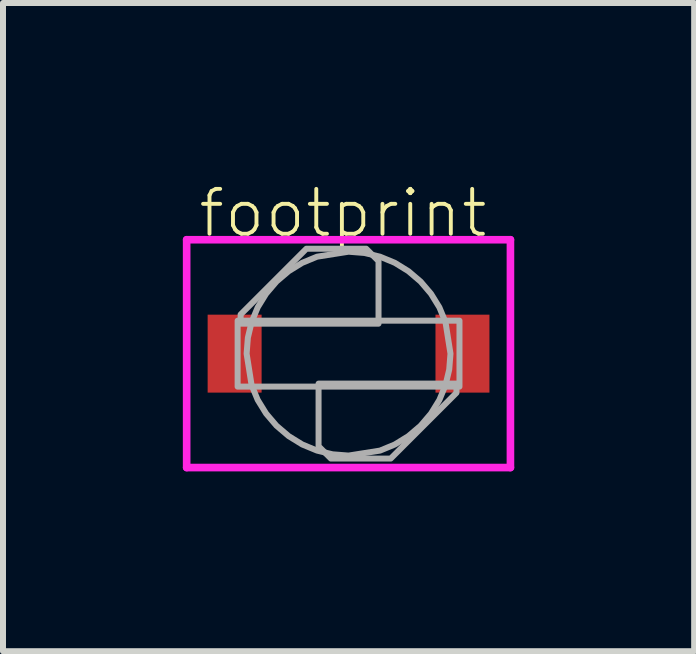
<source format=kicad_pcb>
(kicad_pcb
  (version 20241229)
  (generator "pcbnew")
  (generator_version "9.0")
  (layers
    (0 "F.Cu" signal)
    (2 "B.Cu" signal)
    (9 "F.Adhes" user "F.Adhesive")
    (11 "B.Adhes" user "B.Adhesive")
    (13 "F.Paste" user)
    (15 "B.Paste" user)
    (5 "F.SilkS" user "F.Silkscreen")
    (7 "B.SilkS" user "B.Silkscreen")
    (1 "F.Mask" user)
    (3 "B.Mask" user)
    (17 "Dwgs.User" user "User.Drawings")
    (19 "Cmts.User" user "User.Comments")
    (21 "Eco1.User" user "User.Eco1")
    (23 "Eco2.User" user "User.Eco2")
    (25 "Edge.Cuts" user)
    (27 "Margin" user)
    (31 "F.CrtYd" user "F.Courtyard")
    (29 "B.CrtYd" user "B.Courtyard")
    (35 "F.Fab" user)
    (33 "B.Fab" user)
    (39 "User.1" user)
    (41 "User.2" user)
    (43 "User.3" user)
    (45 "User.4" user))
  (footprint "footprint"
    (layer "F.Cu")
    (at 2.763 2.848)
    (property "Reference" "footprint" (at -2.54 -1.905 0) (layer "F.SilkS") (effects (font (size 0.748 0.748) (thickness 0.065)) (justify left bottom)))
    (fp_line (start -2.7 -1.9) (end 2.7 -1.9) (stroke (width 0.127) (type solid)) (layer "F.CrtYd"))
    (fp_line (start -2.7 1.9) (end -2.7 -1.9) (stroke (width 0.127) (type solid)) (layer "F.CrtYd"))
    (fp_line (start 2.7 -1.9) (end 2.7 1.9) (stroke (width 0.127) (type solid)) (layer "F.CrtYd"))
    (fp_line (start 2.7 1.9) (end -2.7 1.9) (stroke (width 0.127) (type solid)) (layer "F.CrtYd"))
    (fp_poly (pts (xy 1.85 0.55) (xy -1.85 0.55) (xy -1.85 -0.55) (xy 1.85 -0.55)) (stroke (width 0.1) (type solid)) (fill no) (layer "F.Fab"))
    (fp_poly (pts (xy 0.5 -1.544) (xy 0.5 -0.5) (xy -1.8 -0.5) (xy -1.8 -0.653) (xy -0.703 -1.75) (xy 0.294 -1.75)) (stroke (width 0.1) (type solid)) (fill no) (layer "F.Fab"))
    (fp_poly (pts (xy 1.8 0.653) (xy 0.703 1.75) (xy -0.294 1.75) (xy -0.5 1.544) (xy -0.5 0.5) (xy 1.8 0.5)) (stroke (width 0.1) (type solid)) (fill no) (layer "F.Fab"))
    (fp_poly (pts (xy 0.266 -1.679) (xy 0.525 -1.617) (xy 0.772 -1.515) (xy 0.999 -1.375) (xy 1.202 -1.202) (xy 1.375 -0.999) (xy 1.515 -0.772) (xy 1.617 -0.525) (xy 1.7 0) (xy 1.679 0.266) (xy 1.617 0.525) (xy 1.515 0.772) (xy 1.375 0.999) (xy 1.202 1.202) (xy 0.999 1.375) (xy 0.772 1.515) (xy 0.525 1.617) (xy 0 1.7) (xy -0.266 1.679) (xy -0.525 1.617) (xy -0.772 1.515) (xy -0.999 1.375) (xy -1.202 1.202) (xy -1.375 0.999) (xy -1.515 0.772) (xy -1.617 0.525) (xy -1.7 0) (xy -1.679 -0.266) (xy -1.617 -0.525) (xy -1.515 -0.772) (xy -1.375 -0.999) (xy -1.202 -1.202) (xy -0.999 -1.375) (xy -0.772 -1.515) (xy -0.525 -1.617) (xy 0 -1.7)) (stroke (width 0.1) (type solid)) (fill no) (layer "F.Fab"))
    (pad "P$1" smd rect (at -1.9 0 90) (size 1.3 0.9) (layers "F.Cu" "F.Mask" "F.Paste"))
    (pad "P$2" smd rect (at 1.9 0) (size 0.9 1.3) (layers "F.Cu" "F.Mask" "F.Paste")))
  (gr_rect
    (start -3 -3)
    (end 8.527 7.811)
    (stroke (width 0.1) (type default))
    (fill no)
    (layer "Edge.Cuts")))
</source>
